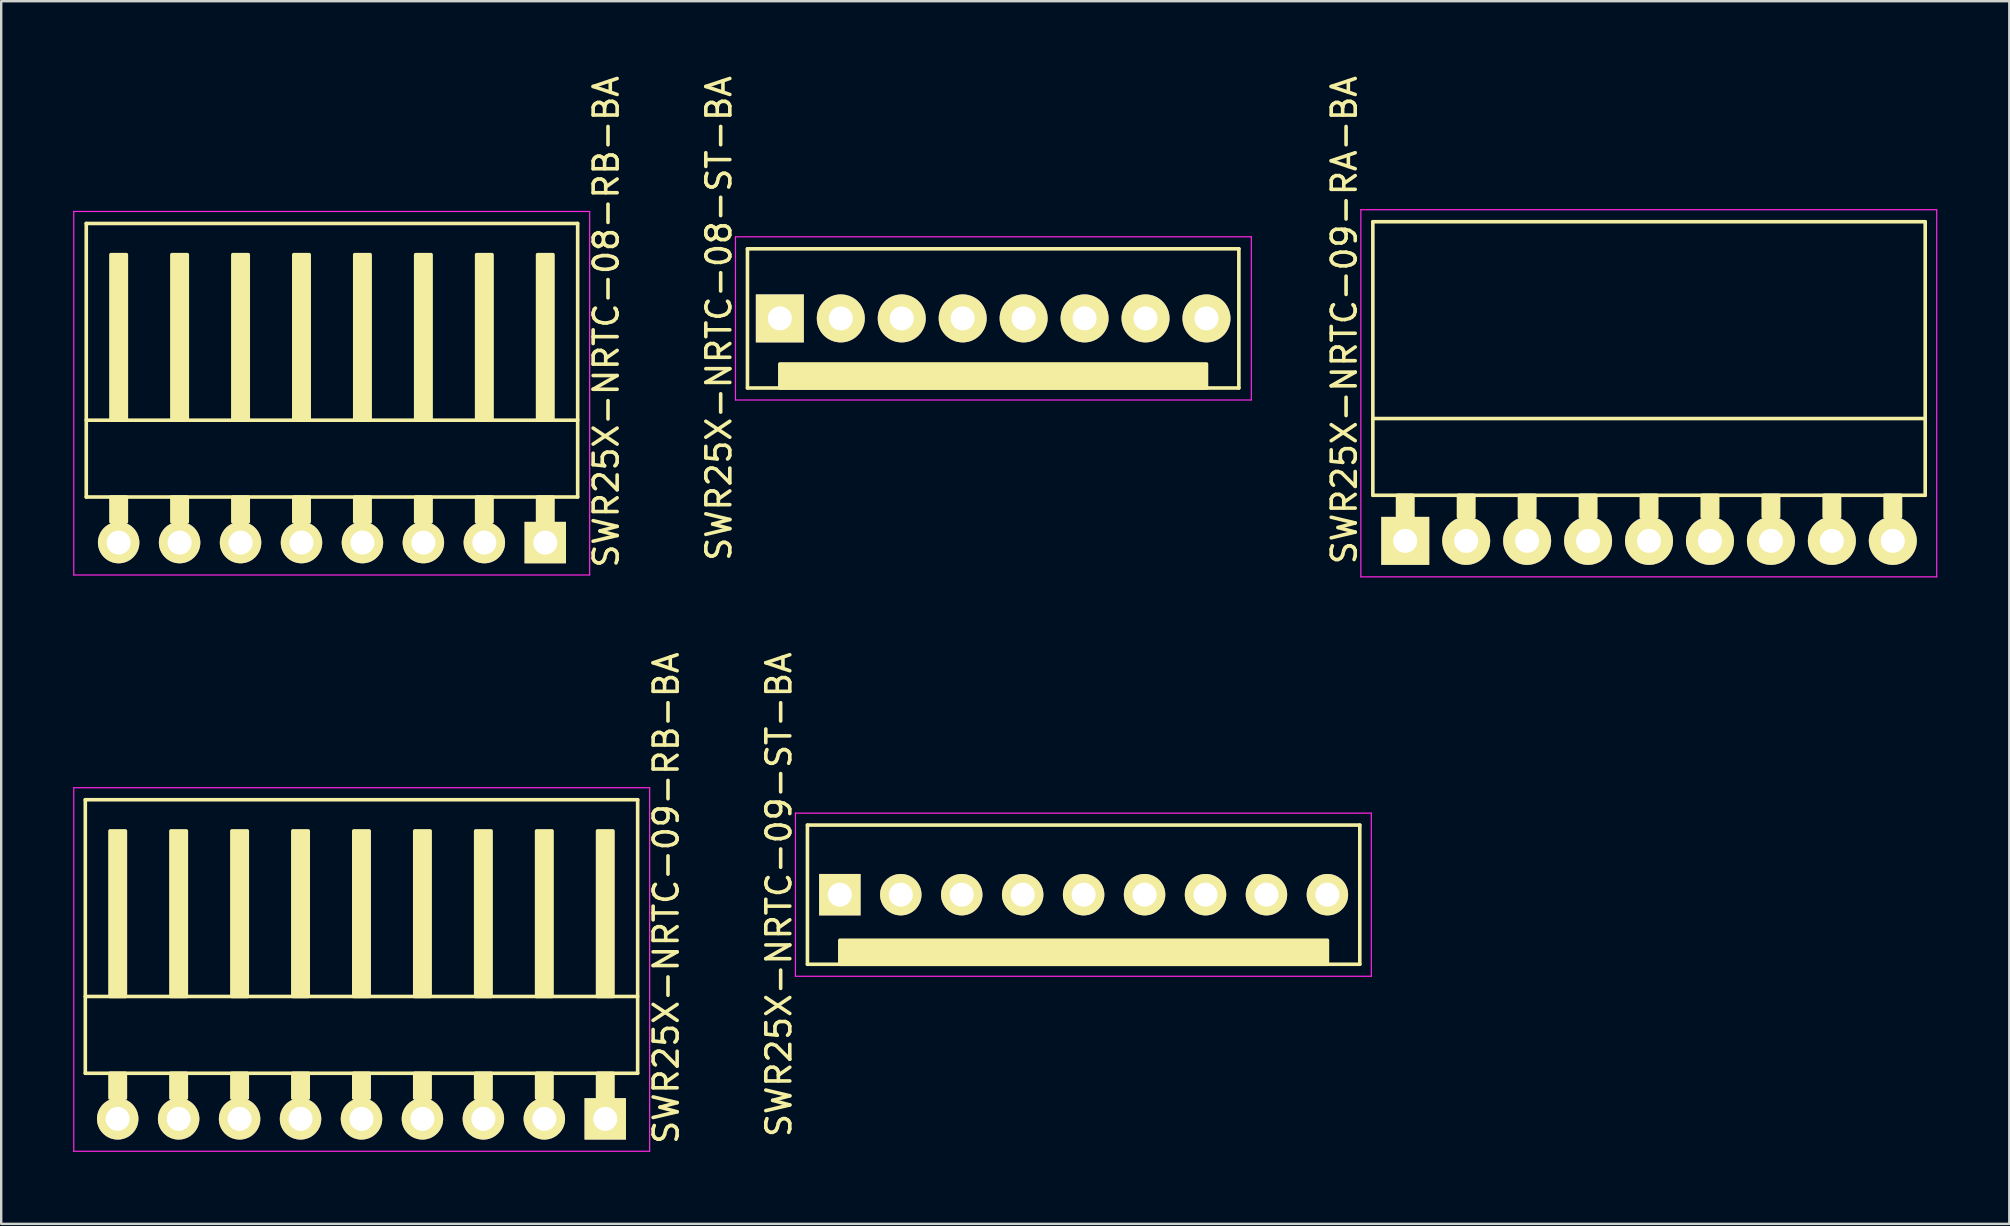
<source format=kicad_pcb>
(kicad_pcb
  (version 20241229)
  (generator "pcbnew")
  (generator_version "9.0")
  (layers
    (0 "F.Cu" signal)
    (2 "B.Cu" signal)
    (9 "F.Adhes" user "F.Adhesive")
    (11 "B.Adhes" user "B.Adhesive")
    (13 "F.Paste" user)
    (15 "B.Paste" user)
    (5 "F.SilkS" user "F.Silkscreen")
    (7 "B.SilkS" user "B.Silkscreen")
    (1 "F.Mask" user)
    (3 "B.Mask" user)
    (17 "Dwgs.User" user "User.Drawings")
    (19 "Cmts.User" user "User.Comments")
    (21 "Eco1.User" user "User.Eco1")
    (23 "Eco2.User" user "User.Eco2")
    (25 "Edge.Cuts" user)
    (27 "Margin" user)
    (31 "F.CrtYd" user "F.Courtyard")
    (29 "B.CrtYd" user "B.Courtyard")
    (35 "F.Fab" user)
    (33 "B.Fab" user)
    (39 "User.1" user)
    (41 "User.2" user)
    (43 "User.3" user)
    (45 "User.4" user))
  (footprint "SWR25X-NRTC-08-ST-BA"
    (layer "F.Cu")
    (at 29.451 10.22)
    (property "Reference" "SWR25X-NRTC-08-ST-BA" (at -2.54 0 270) (layer "F.SilkS") (effects (font (size 1 1) (thickness 0.15))))
    (attr through_hole)
    (fp_line (start -1.35 -2.9) (end 19.13 -2.9) (stroke (width 0.15) (type solid)) (layer "F.SilkS"))
    (fp_line (start -1.35 2.9) (end -1.35 -2.9) (stroke (width 0.15) (type solid)) (layer "F.SilkS"))
    (fp_line (start -1.35 2.9) (end 19.13 2.9) (stroke (width 0.15) (type solid)) (layer "F.SilkS"))
    (fp_line (start 19.13 2.9) (end 19.13 -2.9) (stroke (width 0.15) (type solid)) (layer "F.SilkS"))
    (fp_poly (pts (xy 17.78 2.9) (xy 0 2.9) (xy 0 1.9) (xy 17.78 1.9)) (stroke (width 0.15) (type solid)) (fill yes) (layer "F.SilkS"))
    (fp_line (start -1.85 -3.4) (end 19.65 -3.4) (stroke (width 0.05) (type solid)) (layer "F.CrtYd"))
    (fp_line (start -1.85 3.4) (end -1.85 -3.4) (stroke (width 0.05) (type solid)) (layer "F.CrtYd"))
    (fp_line (start -1.85 3.4) (end 19.65 3.4) (stroke (width 0.05) (type solid)) (layer "F.CrtYd"))
    (fp_line (start 19.65 3.4) (end 19.65 -3.4) (stroke (width 0.05) (type solid)) (layer "F.CrtYd"))
    (pad "1" thru_hole rect (at 0 0) (size 2 2) (drill 1) (layers "*.Cu" "*.Mask" "F.SilkS"))
    (pad "2" thru_hole circle (at 2.54 0) (size 2 2) (drill 1) (layers "*.Cu" "*.Mask" "F.SilkS"))
    (pad "3" thru_hole circle (at 5.08 0) (size 2 2) (drill 1) (layers "*.Cu" "*.Mask" "F.SilkS"))
    (pad "4" thru_hole circle (at 7.62 0) (size 2 2) (drill 1) (layers "*.Cu" "*.Mask" "F.SilkS"))
    (pad "5" thru_hole circle (at 10.16 0) (size 2 2) (drill 1) (layers "*.Cu" "*.Mask" "F.SilkS"))
    (pad "6" thru_hole circle (at 12.7 0) (size 2 2) (drill 1) (layers "*.Cu" "*.Mask" "F.SilkS"))
    (pad "7" thru_hole circle (at 15.24 0) (size 2 2) (drill 1) (layers "*.Cu" "*.Mask" "F.SilkS"))
    (pad "8" thru_hole circle (at 17.78 0) (size 2 2) (drill 1) (layers "*.Cu" "*.Mask" "F.SilkS")))
  (footprint "SWR25X-NRTC-09-RA-BA"
    (layer "F.Cu")
    (at 55.515 19.492)
    (property "Reference" "SWR25X-NRTC-09-RA-BA" (at -2.54 -9.2 270) (layer "F.SilkS") (effects (font (size 1 1) (thickness 0.15))))
    (attr through_hole)
    (fp_line (start -1.35 -13.3) (end -1.35 -1.9) (stroke (width 0.15) (type solid)) (layer "F.SilkS"))
    (fp_line (start -1.35 -13.3) (end 21.67 -13.3) (stroke (width 0.15) (type solid)) (layer "F.SilkS"))
    (fp_line (start -1.35 -5.1) (end 21.67 -5.1) (stroke (width 0.15) (type solid)) (layer "F.SilkS"))
    (fp_line (start -1.35 -1.9) (end 21.67 -1.9) (stroke (width 0.15) (type solid)) (layer "F.SilkS"))
    (fp_line (start 21.67 -13.3) (end 21.67 -1.9) (stroke (width 0.15) (type solid)) (layer "F.SilkS"))
    (fp_poly (pts (xy 0.32 -1.9) (xy -0.32 -1.9) (xy -0.32 -1) (xy 0.32 -1)) (stroke (width 0.15) (type solid)) (fill yes) (layer "F.SilkS"))
    (fp_poly (pts (xy 2.86 -1.9) (xy 2.22 -1.9) (xy 2.22 -1) (xy 2.86 -1)) (stroke (width 0.15) (type solid)) (fill yes) (layer "F.SilkS"))
    (fp_poly (pts (xy 5.4 -1.9) (xy 4.76 -1.9) (xy 4.76 -1) (xy 5.4 -1)) (stroke (width 0.15) (type solid)) (fill yes) (layer "F.SilkS"))
    (fp_poly (pts (xy 7.94 -1.9) (xy 7.3 -1.9) (xy 7.3 -1) (xy 7.94 -1)) (stroke (width 0.15) (type solid)) (fill yes) (layer "F.SilkS"))
    (fp_poly (pts (xy 10.48 -1.9) (xy 9.84 -1.9) (xy 9.84 -1) (xy 10.48 -1)) (stroke (width 0.15) (type solid)) (fill yes) (layer "F.SilkS"))
    (fp_poly (pts (xy 13.02 -1.9) (xy 12.38 -1.9) (xy 12.38 -1) (xy 13.02 -1)) (stroke (width 0.15) (type solid)) (fill yes) (layer "F.SilkS"))
    (fp_poly (pts (xy 15.56 -1.9) (xy 14.92 -1.9) (xy 14.92 -1) (xy 15.56 -1)) (stroke (width 0.15) (type solid)) (fill yes) (layer "F.SilkS"))
    (fp_poly (pts (xy 18.1 -1.9) (xy 17.46 -1.9) (xy 17.46 -1) (xy 18.1 -1)) (stroke (width 0.15) (type solid)) (fill yes) (layer "F.SilkS"))
    (fp_poly (pts (xy 20.64 -1.9) (xy 20 -1.9) (xy 20 -1) (xy 20.64 -1)) (stroke (width 0.15) (type solid)) (fill yes) (layer "F.SilkS"))
    (fp_line (start -1.85 -13.8) (end -1.85 1.5) (stroke (width 0.05) (type solid)) (layer "F.CrtYd"))
    (fp_line (start -1.85 -13.8) (end 22.15 -13.8) (stroke (width 0.05) (type solid)) (layer "F.CrtYd"))
    (fp_line (start -1.85 1.5) (end 22.15 1.5) (stroke (width 0.05) (type solid)) (layer "F.CrtYd"))
    (fp_line (start 22.15 -13.8) (end 22.15 1.5) (stroke (width 0.05) (type solid)) (layer "F.CrtYd"))
    (pad "1" thru_hole rect (at 0 0) (size 2 2) (drill 1) (layers "*.Cu" "*.Mask" "F.SilkS"))
    (pad "2" thru_hole circle (at 2.54 0) (size 2 2) (drill 1) (layers "*.Cu" "*.Mask" "F.SilkS"))
    (pad "3" thru_hole circle (at 5.08 0) (size 2 2) (drill 1) (layers "*.Cu" "*.Mask" "F.SilkS"))
    (pad "4" thru_hole circle (at 7.62 0) (size 2 2) (drill 1) (layers "*.Cu" "*.Mask" "F.SilkS"))
    (pad "5" thru_hole circle (at 10.16 0) (size 2 2) (drill 1) (layers "*.Cu" "*.Mask" "F.SilkS"))
    (pad "6" thru_hole circle (at 12.7 0) (size 2 2) (drill 1) (layers "*.Cu" "*.Mask" "F.SilkS"))
    (pad "7" thru_hole circle (at 15.24 0) (size 2 2) (drill 1) (layers "*.Cu" "*.Mask" "F.SilkS"))
    (pad "8" thru_hole circle (at 17.78 0) (size 2 2) (drill 1) (layers "*.Cu" "*.Mask" "F.SilkS"))
    (pad "9" thru_hole circle (at 20.32 0) (size 2 2) (drill 1) (layers "*.Cu" "*.Mask" "F.SilkS")))
  (footprint "SWR25X-NRTC-09-ST-BA"
    (layer "F.Cu")
    (at 31.951 34.237)
    (property "Reference" "SWR25X-NRTC-09-ST-BA" (at -2.54 0 270) (layer "F.SilkS") (effects (font (size 1 1) (thickness 0.15))))
    (attr through_hole)
    (fp_line (start -1.35 -2.9) (end 21.67 -2.9) (stroke (width 0.15) (type solid)) (layer "F.SilkS"))
    (fp_line (start -1.35 2.9) (end -1.35 -2.9) (stroke (width 0.15) (type solid)) (layer "F.SilkS"))
    (fp_line (start -1.35 2.9) (end 21.67 2.9) (stroke (width 0.15) (type solid)) (layer "F.SilkS"))
    (fp_line (start 21.67 2.9) (end 21.67 -2.9) (stroke (width 0.15) (type solid)) (layer "F.SilkS"))
    (fp_poly (pts (xy 20.32 2.9) (xy 0 2.9) (xy 0 1.9) (xy 20.32 1.9)) (stroke (width 0.15) (type solid)) (fill yes) (layer "F.SilkS"))
    (fp_line (start -1.85 -3.4) (end 22.15 -3.4) (stroke (width 0.05) (type solid)) (layer "F.CrtYd"))
    (fp_line (start -1.85 3.4) (end -1.85 -3.4) (stroke (width 0.05) (type solid)) (layer "F.CrtYd"))
    (fp_line (start -1.85 3.4) (end 22.15 3.4) (stroke (width 0.05) (type solid)) (layer "F.CrtYd"))
    (fp_line (start 22.15 3.4) (end 22.15 -3.4) (stroke (width 0.05) (type solid)) (layer "F.CrtYd"))
    (pad "1" thru_hole rect (at 0 0) (size 1.727 1.727) (drill 1) (layers "*.Cu" "*.Mask" "F.SilkS"))
    (pad "2" thru_hole circle (at 2.54 0) (size 1.727 1.727) (drill 1) (layers "*.Cu" "*.Mask" "F.SilkS"))
    (pad "3" thru_hole circle (at 5.08 0) (size 1.727 1.727) (drill 1) (layers "*.Cu" "*.Mask" "F.SilkS"))
    (pad "4" thru_hole circle (at 7.62 0) (size 1.727 1.727) (drill 1) (layers "*.Cu" "*.Mask" "F.SilkS"))
    (pad "5" thru_hole circle (at 10.16 0) (size 1.727 1.727) (drill 1) (layers "*.Cu" "*.Mask" "F.SilkS"))
    (pad "6" thru_hole circle (at 12.7 0) (size 1.727 1.727) (drill 1) (layers "*.Cu" "*.Mask" "F.SilkS"))
    (pad "7" thru_hole circle (at 15.24 0) (size 1.727 1.727) (drill 1) (layers "*.Cu" "*.Mask" "F.SilkS"))
    (pad "8" thru_hole circle (at 17.78 0) (size 1.727 1.727) (drill 1) (layers "*.Cu" "*.Mask" "F.SilkS"))
    (pad "9" thru_hole circle (at 20.32 0) (size 1.727 1.727) (drill 1) (layers "*.Cu" "*.Mask" "F.SilkS")))
  (footprint "SWR25X-NRTC-09-RB-BA"
    (layer "F.Cu")
    (at 22.175 43.58)
    (property "Reference" "SWR25X-NRTC-09-RB-BA" (at 2.54 -9.2 270) (layer "F.SilkS") (effects (font (size 1 1) (thickness 0.15))))
    (attr through_hole)
    (fp_line (start -21.67 -13.3) (end -21.67 -1.9) (stroke (width 0.15) (type solid)) (layer "F.SilkS"))
    (fp_line (start 1.35 -13.3) (end -21.67 -13.3) (stroke (width 0.15) (type solid)) (layer "F.SilkS"))
    (fp_line (start 1.35 -13.3) (end 1.35 -1.9) (stroke (width 0.15) (type solid)) (layer "F.SilkS"))
    (fp_line (start 1.35 -5.1) (end -21.67 -5.1) (stroke (width 0.15) (type solid)) (layer "F.SilkS"))
    (fp_line (start 1.35 -1.9) (end -21.67 -1.9) (stroke (width 0.15) (type solid)) (layer "F.SilkS"))
    (fp_poly (pts (xy -20 -5.1) (xy -20.64 -5.1) (xy -20.64 -12) (xy -20 -12)) (stroke (width 0.15) (type solid)) (fill yes) (layer "F.SilkS"))
    (fp_poly (pts (xy -20 -1.9) (xy -20.64 -1.9) (xy -20.64 -0.864) (xy -20 -0.864)) (stroke (width 0.15) (type solid)) (fill yes) (layer "F.SilkS"))
    (fp_poly (pts (xy -17.46 -5.1) (xy -18.1 -5.1) (xy -18.1 -12) (xy -17.46 -12)) (stroke (width 0.15) (type solid)) (fill yes) (layer "F.SilkS"))
    (fp_poly (pts (xy -17.46 -1.9) (xy -18.1 -1.9) (xy -18.1 -0.864) (xy -17.46 -0.864)) (stroke (width 0.15) (type solid)) (fill yes) (layer "F.SilkS"))
    (fp_poly (pts (xy -14.92 -5.1) (xy -15.56 -5.1) (xy -15.56 -12) (xy -14.92 -12)) (stroke (width 0.15) (type solid)) (fill yes) (layer "F.SilkS"))
    (fp_poly (pts (xy -14.92 -1.9) (xy -15.56 -1.9) (xy -15.56 -0.864) (xy -14.92 -0.864)) (stroke (width 0.15) (type solid)) (fill yes) (layer "F.SilkS"))
    (fp_poly (pts (xy -12.38 -5.1) (xy -13.02 -5.1) (xy -13.02 -12) (xy -12.38 -12)) (stroke (width 0.15) (type solid)) (fill yes) (layer "F.SilkS"))
    (fp_poly (pts (xy -12.38 -1.9) (xy -13.02 -1.9) (xy -13.02 -0.864) (xy -12.38 -0.864)) (stroke (width 0.15) (type solid)) (fill yes) (layer "F.SilkS"))
    (fp_poly (pts (xy -9.84 -5.1) (xy -10.48 -5.1) (xy -10.48 -12) (xy -9.84 -12)) (stroke (width 0.15) (type solid)) (fill yes) (layer "F.SilkS"))
    (fp_poly (pts (xy -9.84 -1.9) (xy -10.48 -1.9) (xy -10.48 -0.864) (xy -9.84 -0.864)) (stroke (width 0.15) (type solid)) (fill yes) (layer "F.SilkS"))
    (fp_poly (pts (xy -7.3 -5.1) (xy -7.94 -5.1) (xy -7.94 -12) (xy -7.3 -12)) (stroke (width 0.15) (type solid)) (fill yes) (layer "F.SilkS"))
    (fp_poly (pts (xy -7.3 -1.9) (xy -7.94 -1.9) (xy -7.94 -0.864) (xy -7.3 -0.864)) (stroke (width 0.15) (type solid)) (fill yes) (layer "F.SilkS"))
    (fp_poly (pts (xy -4.76 -5.1) (xy -5.4 -5.1) (xy -5.4 -12) (xy -4.76 -12)) (stroke (width 0.15) (type solid)) (fill yes) (layer "F.SilkS"))
    (fp_poly (pts (xy -4.76 -1.9) (xy -5.4 -1.9) (xy -5.4 -0.864) (xy -4.76 -0.864)) (stroke (width 0.15) (type solid)) (fill yes) (layer "F.SilkS"))
    (fp_poly (pts (xy -2.22 -5.1) (xy -2.86 -5.1) (xy -2.86 -12) (xy -2.22 -12)) (stroke (width 0.15) (type solid)) (fill yes) (layer "F.SilkS"))
    (fp_poly (pts (xy -2.22 -1.9) (xy -2.86 -1.9) (xy -2.86 -0.864) (xy -2.22 -0.864)) (stroke (width 0.15) (type solid)) (fill yes) (layer "F.SilkS"))
    (fp_poly (pts (xy 0.32 -5.1) (xy -0.32 -5.1) (xy -0.32 -12) (xy 0.32 -12)) (stroke (width 0.15) (type solid)) (fill yes) (layer "F.SilkS"))
    (fp_poly (pts (xy 0.32 -1.9) (xy -0.32 -1.9) (xy -0.32 -0.864) (xy 0.32 -0.864)) (stroke (width 0.15) (type solid)) (fill yes) (layer "F.SilkS"))
    (fp_line (start -22.15 -13.8) (end -22.15 1.35) (stroke (width 0.05) (type solid)) (layer "F.CrtYd"))
    (fp_line (start 1.85 -13.8) (end -22.15 -13.8) (stroke (width 0.05) (type solid)) (layer "F.CrtYd"))
    (fp_line (start 1.85 -13.8) (end 1.85 1.35) (stroke (width 0.05) (type solid)) (layer "F.CrtYd"))
    (fp_line (start 1.85 1.35) (end -22.15 1.35) (stroke (width 0.05) (type solid)) (layer "F.CrtYd"))
    (pad "1" thru_hole rect (at 0 0) (size 1.727 1.727) (drill 1) (layers "*.Cu" "*.Mask" "F.SilkS"))
    (pad "2" thru_hole circle (at -2.54 0) (size 1.727 1.727) (drill 1) (layers "*.Cu" "*.Mask" "F.SilkS"))
    (pad "3" thru_hole circle (at -5.08 0) (size 1.727 1.727) (drill 1) (layers "*.Cu" "*.Mask" "F.SilkS"))
    (pad "4" thru_hole circle (at -7.62 0) (size 1.727 1.727) (drill 1) (layers "*.Cu" "*.Mask" "F.SilkS"))
    (pad "5" thru_hole circle (at -10.16 0) (size 1.727 1.727) (drill 1) (layers "*.Cu" "*.Mask" "F.SilkS"))
    (pad "6" thru_hole circle (at -12.7 0) (size 1.727 1.727) (drill 1) (layers "*.Cu" "*.Mask" "F.SilkS"))
    (pad "7" thru_hole circle (at -15.24 0) (size 1.727 1.727) (drill 1) (layers "*.Cu" "*.Mask" "F.SilkS"))
    (pad "8" thru_hole circle (at -17.78 0) (size 1.727 1.727) (drill 1) (layers "*.Cu" "*.Mask" "F.SilkS"))
    (pad "9" thru_hole circle (at -20.32 0) (size 1.727 1.727) (drill 1) (layers "*.Cu" "*.Mask" "F.SilkS")))
  (footprint "SWR25X-NRTC-08-RB-BA"
    (layer "F.Cu")
    (at 19.675 19.563)
    (property "Reference" "SWR25X-NRTC-08-RB-BA" (at 2.54 -9.2 270) (layer "F.SilkS") (effects (font (size 1 1) (thickness 0.15))))
    (attr through_hole)
    (fp_line (start -19.13 -13.3) (end -19.13 -1.9) (stroke (width 0.15) (type solid)) (layer "F.SilkS"))
    (fp_line (start 1.35 -13.3) (end -19.13 -13.3) (stroke (width 0.15) (type solid)) (layer "F.SilkS"))
    (fp_line (start 1.35 -13.3) (end 1.35 -1.9) (stroke (width 0.15) (type solid)) (layer "F.SilkS"))
    (fp_line (start 1.35 -5.1) (end -19.13 -5.1) (stroke (width 0.15) (type solid)) (layer "F.SilkS"))
    (fp_line (start 1.35 -1.9) (end -19.13 -1.9) (stroke (width 0.15) (type solid)) (layer "F.SilkS"))
    (fp_poly (pts (xy -17.46 -5.1) (xy -18.1 -5.1) (xy -18.1 -12) (xy -17.46 -12)) (stroke (width 0.15) (type solid)) (fill yes) (layer "F.SilkS"))
    (fp_poly (pts (xy -17.46 -1.9) (xy -18.1 -1.9) (xy -18.1 -0.864) (xy -17.46 -0.864)) (stroke (width 0.15) (type solid)) (fill yes) (layer "F.SilkS"))
    (fp_poly (pts (xy -14.92 -5.1) (xy -15.56 -5.1) (xy -15.56 -12) (xy -14.92 -12)) (stroke (width 0.15) (type solid)) (fill yes) (layer "F.SilkS"))
    (fp_poly (pts (xy -14.92 -1.9) (xy -15.56 -1.9) (xy -15.56 -0.864) (xy -14.92 -0.864)) (stroke (width 0.15) (type solid)) (fill yes) (layer "F.SilkS"))
    (fp_poly (pts (xy -12.38 -5.1) (xy -13.02 -5.1) (xy -13.02 -12) (xy -12.38 -12)) (stroke (width 0.15) (type solid)) (fill yes) (layer "F.SilkS"))
    (fp_poly (pts (xy -12.38 -1.9) (xy -13.02 -1.9) (xy -13.02 -0.864) (xy -12.38 -0.864)) (stroke (width 0.15) (type solid)) (fill yes) (layer "F.SilkS"))
    (fp_poly (pts (xy -9.84 -5.1) (xy -10.48 -5.1) (xy -10.48 -12) (xy -9.84 -12)) (stroke (width 0.15) (type solid)) (fill yes) (layer "F.SilkS"))
    (fp_poly (pts (xy -9.84 -1.9) (xy -10.48 -1.9) (xy -10.48 -0.864) (xy -9.84 -0.864)) (stroke (width 0.15) (type solid)) (fill yes) (layer "F.SilkS"))
    (fp_poly (pts (xy -7.3 -5.1) (xy -7.94 -5.1) (xy -7.94 -12) (xy -7.3 -12)) (stroke (width 0.15) (type solid)) (fill yes) (layer "F.SilkS"))
    (fp_poly (pts (xy -7.3 -1.9) (xy -7.94 -1.9) (xy -7.94 -0.864) (xy -7.3 -0.864)) (stroke (width 0.15) (type solid)) (fill yes) (layer "F.SilkS"))
    (fp_poly (pts (xy -4.76 -5.1) (xy -5.4 -5.1) (xy -5.4 -12) (xy -4.76 -12)) (stroke (width 0.15) (type solid)) (fill yes) (layer "F.SilkS"))
    (fp_poly (pts (xy -4.76 -1.9) (xy -5.4 -1.9) (xy -5.4 -0.864) (xy -4.76 -0.864)) (stroke (width 0.15) (type solid)) (fill yes) (layer "F.SilkS"))
    (fp_poly (pts (xy -2.22 -5.1) (xy -2.86 -5.1) (xy -2.86 -12) (xy -2.22 -12)) (stroke (width 0.15) (type solid)) (fill yes) (layer "F.SilkS"))
    (fp_poly (pts (xy -2.22 -1.9) (xy -2.86 -1.9) (xy -2.86 -0.864) (xy -2.22 -0.864)) (stroke (width 0.15) (type solid)) (fill yes) (layer "F.SilkS"))
    (fp_poly (pts (xy 0.32 -5.1) (xy -0.32 -5.1) (xy -0.32 -12) (xy 0.32 -12)) (stroke (width 0.15) (type solid)) (fill yes) (layer "F.SilkS"))
    (fp_poly (pts (xy 0.32 -1.9) (xy -0.32 -1.9) (xy -0.32 -0.864) (xy 0.32 -0.864)) (stroke (width 0.15) (type solid)) (fill yes) (layer "F.SilkS"))
    (fp_line (start -19.65 -13.8) (end -19.65 1.35) (stroke (width 0.05) (type solid)) (layer "F.CrtYd"))
    (fp_line (start 1.85 -13.8) (end -19.65 -13.8) (stroke (width 0.05) (type solid)) (layer "F.CrtYd"))
    (fp_line (start 1.85 -13.8) (end 1.85 1.35) (stroke (width 0.05) (type solid)) (layer "F.CrtYd"))
    (fp_line (start 1.85 1.35) (end -19.65 1.35) (stroke (width 0.05) (type solid)) (layer "F.CrtYd"))
    (pad "1" thru_hole rect (at 0 0) (size 1.727 1.727) (drill 1) (layers "*.Cu" "*.Mask" "F.SilkS"))
    (pad "2" thru_hole circle (at -2.54 0) (size 1.727 1.727) (drill 1) (layers "*.Cu" "*.Mask" "F.SilkS"))
    (pad "3" thru_hole circle (at -5.08 0) (size 1.727 1.727) (drill 1) (layers "*.Cu" "*.Mask" "F.SilkS"))
    (pad "4" thru_hole circle (at -7.62 0) (size 1.727 1.727) (drill 1) (layers "*.Cu" "*.Mask" "F.SilkS"))
    (pad "5" thru_hole circle (at -10.16 0) (size 1.727 1.727) (drill 1) (layers "*.Cu" "*.Mask" "F.SilkS"))
    (pad "6" thru_hole circle (at -12.7 0) (size 1.727 1.727) (drill 1) (layers "*.Cu" "*.Mask" "F.SilkS"))
    (pad "7" thru_hole circle (at -15.24 0) (size 1.727 1.727) (drill 1) (layers "*.Cu" "*.Mask" "F.SilkS"))
    (pad "8" thru_hole circle (at -17.78 0) (size 1.727 1.727) (drill 1) (layers "*.Cu" "*.Mask" "F.SilkS")))
  (gr_rect
    (start -3 -3)
    (end 80.69 47.955)
    (stroke (width 0.1) (type default))
    (fill no)
    (layer "Edge.Cuts")))
</source>
